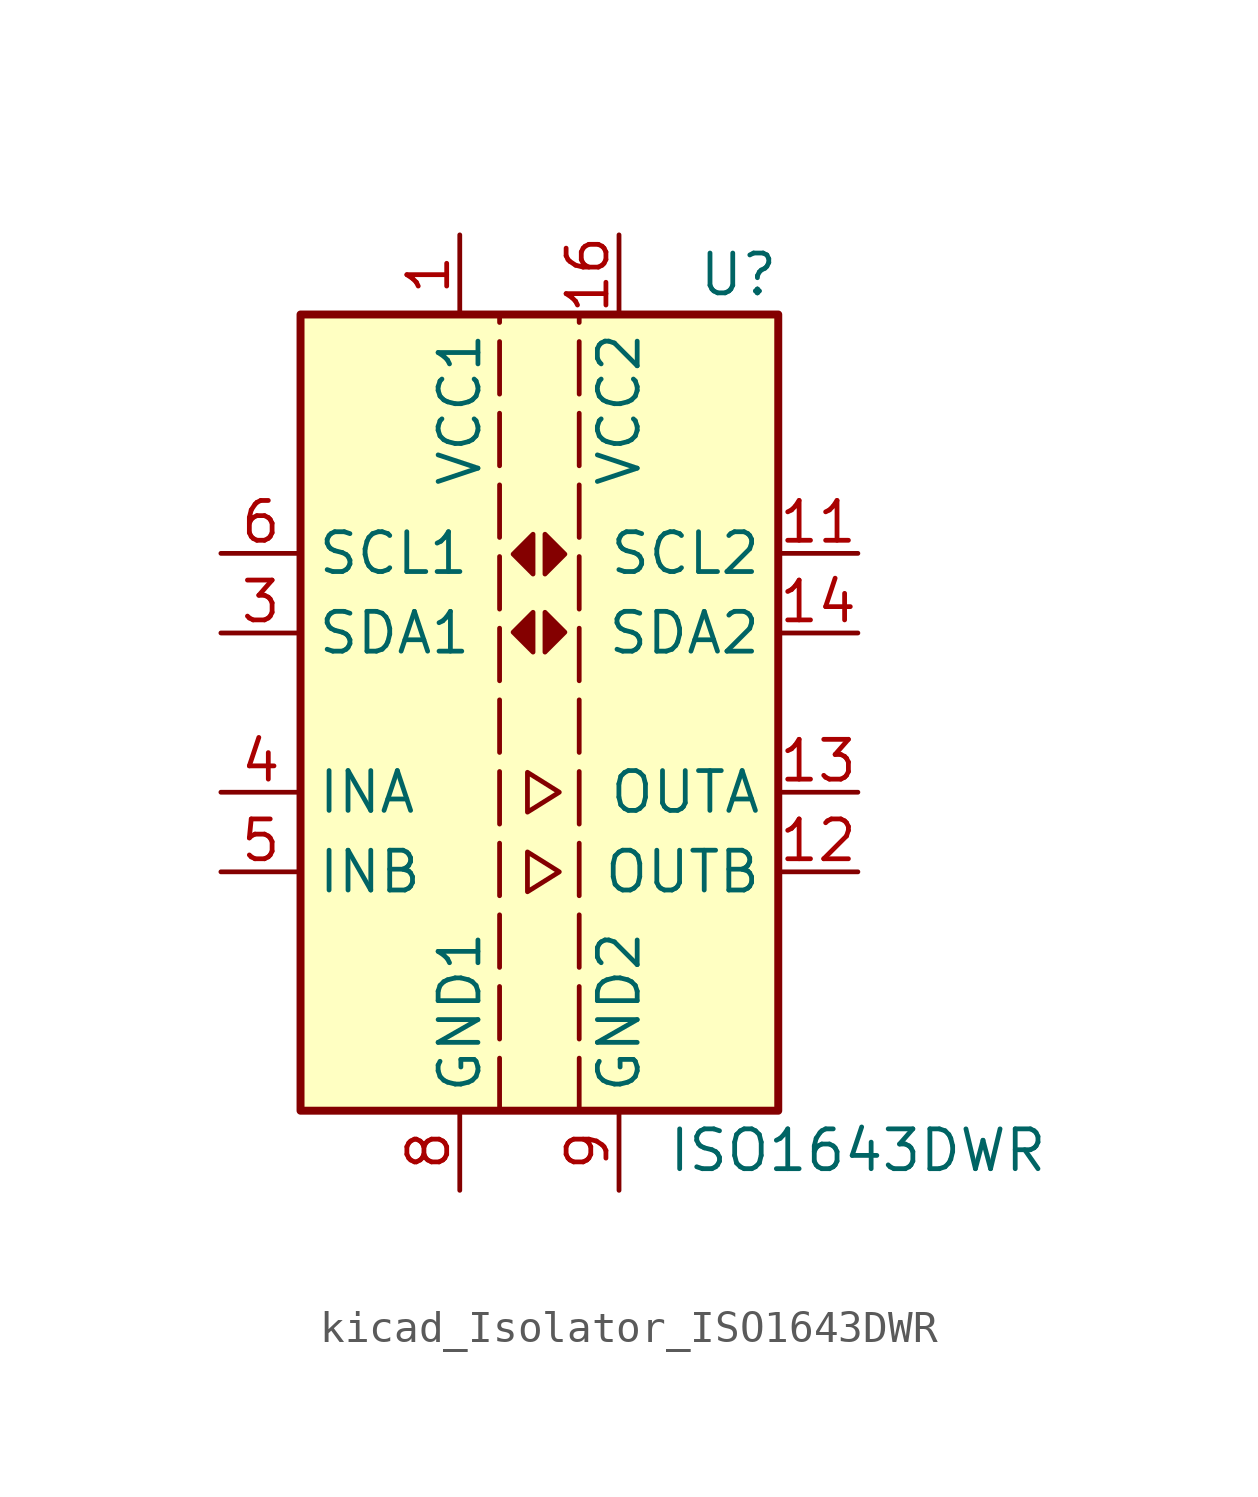
<source format=kicad_sym>
(kicad_symbol_lib
  (version 20220914)
  (generator kicad_symbol_editor)
  (symbol "kicad_Isolator_ISO1643DWR"
    (property "Reference" "U"
      (at 6.35 13.97 0)
      (effects (font (size 1.27 1.27))))
    (property "Value" "ISO1643DWR"
      (at 10.16 -13.97 0)
      (effects (font (size 1.27 1.27))))
    (symbol "kicad_Isolator_ISO1643DWR_1_1"
      (rectangle (start -7.62 12.7) (end 7.62 -12.7) (stroke (width 0.254) (type default)) (fill (type background)))
      (polyline (pts (xy -1.27 -12.7) (xy -1.27 12.7)) (stroke (width 0) (type dash)) (fill (type none)))
      (polyline (pts (xy 1.27 -12.7) (xy 1.27 12.7)) (stroke (width 0) (type dash)) (fill (type none)))
      (polyline (pts (xy -0.381 -4.445) (xy -0.381 -5.715) (xy 0.635 -5.08) (xy -0.381 -4.445)) (stroke (width 0) (type default)) (fill (type none)))
      (polyline (pts (xy -0.381 -1.905) (xy -0.381 -3.175) (xy 0.635 -2.54) (xy -0.381 -1.905)) (stroke (width 0) (type default)) (fill (type none)))
      (polyline (pts (xy -0.203 3.2) (xy -0.203 1.93) (xy -0.838 2.565) (xy -0.203 3.2)) (stroke (width 0) (type default)) (fill (type outline)))
      (polyline (pts (xy -0.203 5.69) (xy -0.203 4.42) (xy -0.838 5.055) (xy -0.203 5.69)) (stroke (width 0) (type default)) (fill (type outline)))
      (polyline (pts (xy 0.178 3.2) (xy 0.178 1.93) (xy 0.813 2.565) (xy 0.178 3.2)) (stroke (width 0) (type default)) (fill (type outline)))
      (polyline (pts (xy 0.178 5.69) (xy 0.178 4.42) (xy 0.813 5.055) (xy 0.178 5.69)) (stroke (width 0) (type default)) (fill (type outline)))
      (pin power_in line (at -2.54 15.24 270) (length 2.54) (name "VCC1" (effects (font (size 1.27 1.27)))) (number "1" (effects (font (size 1.27 1.27)))))
      (pin no_connect line (at 7.62 10.16 180) (length 2.54) hide (name "NC" (effects (font (size 1.27 1.27)))) (number "10" (effects (font (size 1.27 1.27)))))
      (pin bidirectional line (at 10.16 5.08 180) (length 2.54) (name "SCL2" (effects (font (size 1.27 1.27)))) (number "11" (effects (font (size 1.27 1.27)))))
      (pin output line (at 10.16 -5.08 180) (length 2.54) (name "OUTB" (effects (font (size 1.27 1.27)))) (number "12" (effects (font (size 1.27 1.27)))))
      (pin output line (at 10.16 -2.54 180) (length 2.54) (name "OUTA" (effects (font (size 1.27 1.27)))) (number "13" (effects (font (size 1.27 1.27)))))
      (pin bidirectional line (at 10.16 2.54 180) (length 2.54) (name "SDA2" (effects (font (size 1.27 1.27)))) (number "14" (effects (font (size 1.27 1.27)))))
      (pin no_connect line (at 7.62 -10.16 180) (length 2.54) hide (name "NC" (effects (font (size 1.27 1.27)))) (number "15" (effects (font (size 1.27 1.27)))))
      (pin power_in line (at 2.54 15.24 270) (length 2.54) (name "VCC2" (effects (font (size 1.27 1.27)))) (number "16" (effects (font (size 1.27 1.27)))))
      (pin no_connect line (at -7.62 10.16 0) (length 2.54) hide (name "NC" (effects (font (size 1.27 1.27)))) (number "2" (effects (font (size 1.27 1.27)))))
      (pin bidirectional line (at -10.16 2.54 0) (length 2.54) (name "SDA1" (effects (font (size 1.27 1.27)))) (number "3" (effects (font (size 1.27 1.27)))))
      (pin input line (at -10.16 -2.54 0) (length 2.54) (name "INA" (effects (font (size 1.27 1.27)))) (number "4" (effects (font (size 1.27 1.27)))))
      (pin input line (at -10.16 -5.08 0) (length 2.54) (name "INB" (effects (font (size 1.27 1.27)))) (number "5" (effects (font (size 1.27 1.27)))))
      (pin bidirectional line (at -10.16 5.08 0) (length 2.54) (name "SCL1" (effects (font (size 1.27 1.27)))) (number "6" (effects (font (size 1.27 1.27)))))
      (pin no_connect line (at -7.62 -10.16 0) (length 2.54) hide (name "NC" (effects (font (size 1.27 1.27)))) (number "7" (effects (font (size 1.27 1.27)))))
      (pin power_in line (at -2.54 -15.24 90) (length 2.54) (name "GND1" (effects (font (size 1.27 1.27)))) (number "8" (effects (font (size 1.27 1.27)))))
      (pin power_in line (at 2.54 -15.24 90) (length 2.54) (name "GND2" (effects (font (size 1.27 1.27)))) (number "9" (effects (font (size 1.27 1.27))))))))
</source>
